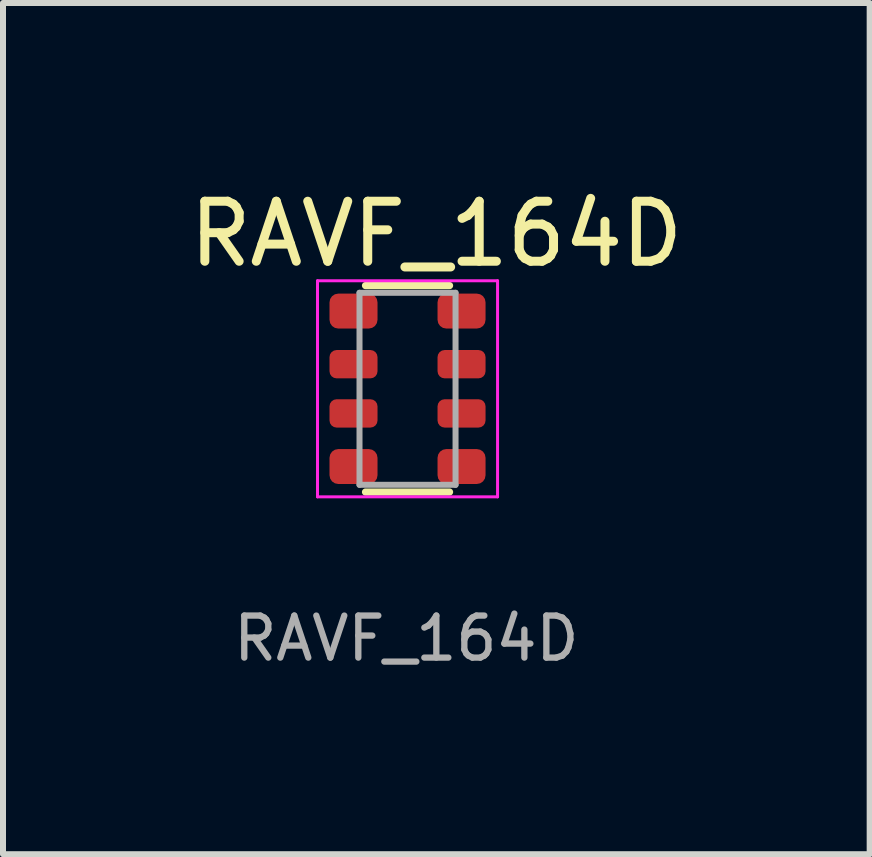
<source format=kicad_pcb>
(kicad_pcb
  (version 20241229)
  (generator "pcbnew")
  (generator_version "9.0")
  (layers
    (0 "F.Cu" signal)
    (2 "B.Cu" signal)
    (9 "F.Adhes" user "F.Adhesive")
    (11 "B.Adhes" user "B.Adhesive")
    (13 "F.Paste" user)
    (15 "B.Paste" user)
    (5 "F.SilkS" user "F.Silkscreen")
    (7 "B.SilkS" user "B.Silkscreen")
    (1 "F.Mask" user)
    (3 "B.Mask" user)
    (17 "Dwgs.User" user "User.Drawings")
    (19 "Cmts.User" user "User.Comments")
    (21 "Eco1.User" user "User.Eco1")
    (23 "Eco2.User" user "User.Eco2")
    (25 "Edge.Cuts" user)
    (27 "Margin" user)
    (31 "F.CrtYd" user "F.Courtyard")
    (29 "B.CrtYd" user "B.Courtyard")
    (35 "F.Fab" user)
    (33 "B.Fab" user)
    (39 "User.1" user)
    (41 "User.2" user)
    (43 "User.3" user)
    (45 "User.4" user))
  (footprint "RAVF_164D"
    (layer "F.Cu")
    (at 3.74 3.428)
    (property "Reference" "RAVF_164D" (at 0.48 -2.58 0) (layer "F.SilkS") (effects (font (size 1 1) (thickness 0.15))))
    (attr smd)
    (fp_line (start 0.7 -1.72) (end -0.7 -1.72) (stroke (width 0.12) (type solid)) (layer "F.SilkS"))
    (fp_line (start 0.7 1.72) (end -0.7 1.72) (stroke (width 0.12) (type solid)) (layer "F.SilkS"))
    (fp_line (start -1.5 -1.8) (end -1.5 1.8) (stroke (width 0.05) (type solid)) (layer "F.CrtYd"))
    (fp_line (start -1.5 -1.8) (end 1.5 -1.8) (stroke (width 0.05) (type solid)) (layer "F.CrtYd"))
    (fp_line (start 1.5 1.8) (end -1.5 1.8) (stroke (width 0.05) (type solid)) (layer "F.CrtYd"))
    (fp_line (start 1.5 1.8) (end 1.5 -1.8) (stroke (width 0.05) (type solid)) (layer "F.CrtYd"))
    (fp_line (start -0.8 -1.6) (end -0.8 1.6) (stroke (width 0.1) (type solid)) (layer "F.Fab"))
    (fp_line (start -0.8 1.6) (end 0.8 1.6) (stroke (width 0.1) (type solid)) (layer "F.Fab"))
    (fp_line (start 0.8 -1.6) (end -0.8 -1.6) (stroke (width 0.1) (type solid)) (layer "F.Fab"))
    (fp_line (start 0.8 1.6) (end 0.8 -1.6) (stroke (width 0.1) (type solid)) (layer "F.Fab"))
    (fp_text user "${REFERENCE}" (at -0.02 4.16 180) (layer "F.Fab") (effects (font (size 0.7 0.7) (thickness 0.105))))
    (pad "1" smd roundrect (at -0.9 -1.295) (size 0.8 0.582) (layers "F.Cu" "F.Mask" "F.Paste") (roundrect_rratio 0.25))
    (pad "2" smd roundrect (at -0.9 -0.41) (size 0.8 0.472) (layers "F.Cu" "F.Mask" "F.Paste") (roundrect_rratio 0.25))
    (pad "3" smd roundrect (at -0.9 0.41) (size 0.8 0.472) (layers "F.Cu" "F.Mask" "F.Paste") (roundrect_rratio 0.25))
    (pad "4" smd roundrect (at -0.9 1.295) (size 0.8 0.582) (layers "F.Cu" "F.Mask" "F.Paste") (roundrect_rratio 0.25))
    (pad "5" smd roundrect (at 0.9 1.295) (size 0.8 0.582) (layers "F.Cu" "F.Mask" "F.Paste") (roundrect_rratio 0.25))
    (pad "6" smd roundrect (at 0.9 0.41) (size 0.8 0.472) (layers "F.Cu" "F.Mask" "F.Paste") (roundrect_rratio 0.25))
    (pad "7" smd roundrect (at 0.9 -0.41) (size 0.8 0.472) (layers "F.Cu" "F.Mask" "F.Paste") (roundrect_rratio 0.25))
    (pad "8" smd roundrect (at 0.9 -1.295) (size 0.8 0.582) (layers "F.Cu" "F.Mask" "F.Paste") (roundrect_rratio 0.25)))
  (gr_rect
    (start -3 -3)
    (end 11.44 11.182)
    (stroke (width 0.1) (type default))
    (fill no)
    (layer "Edge.Cuts")))
</source>
